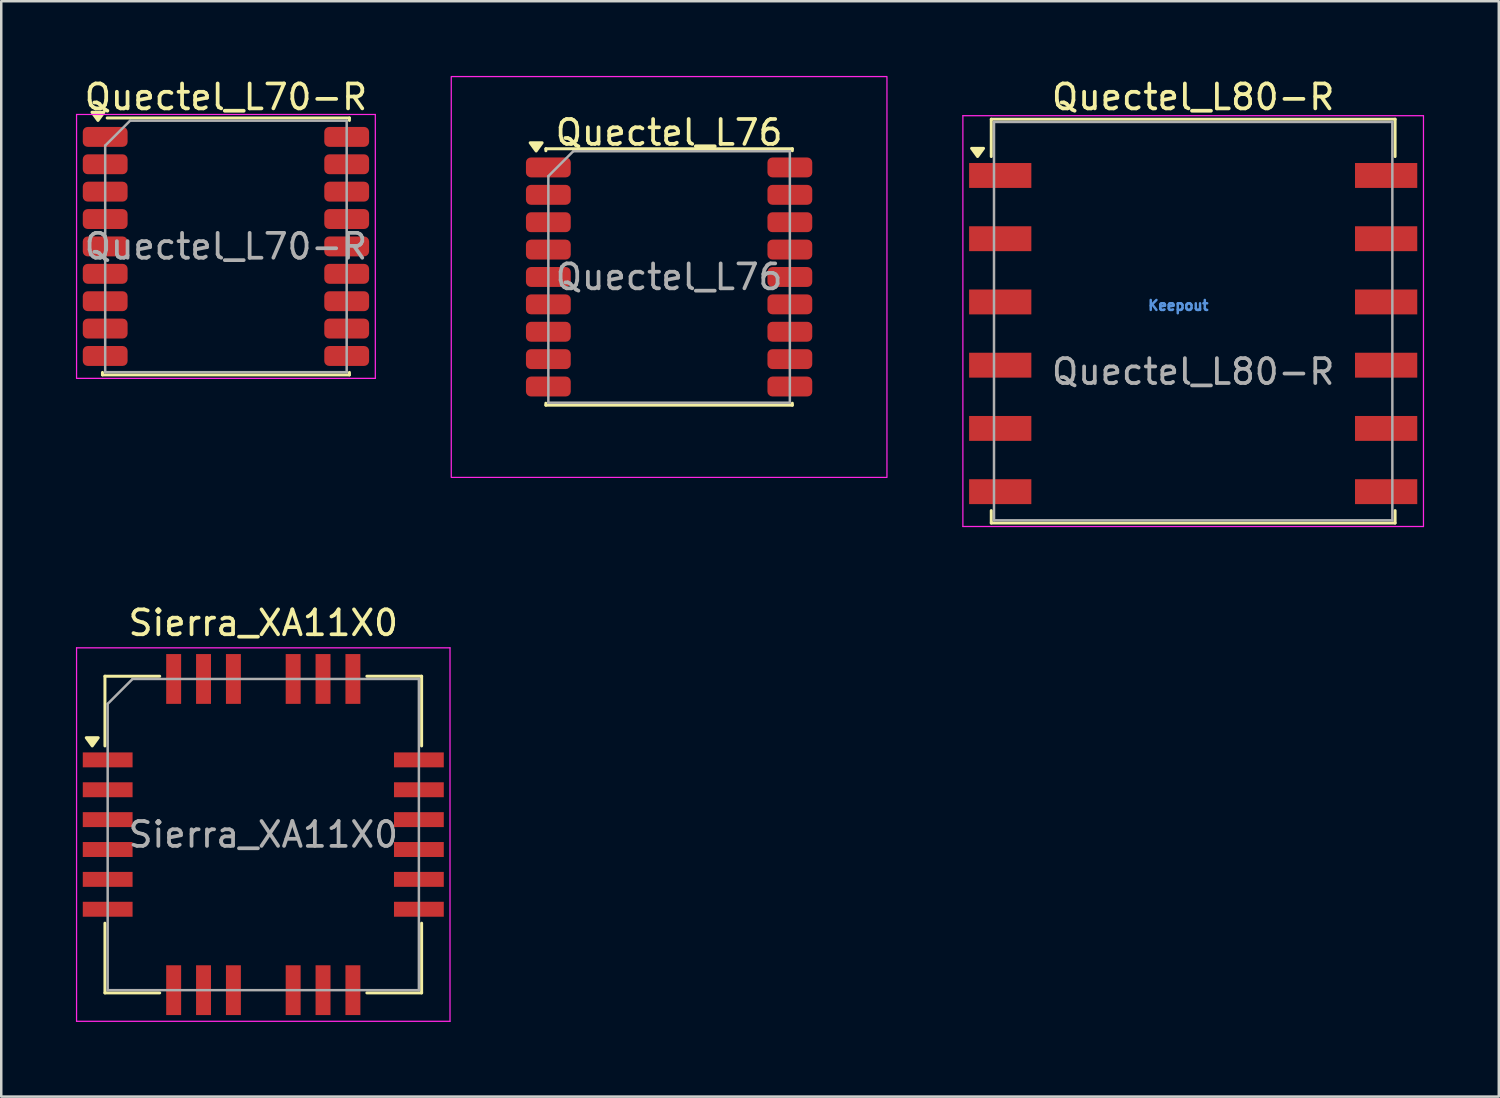
<source format=kicad_pcb>
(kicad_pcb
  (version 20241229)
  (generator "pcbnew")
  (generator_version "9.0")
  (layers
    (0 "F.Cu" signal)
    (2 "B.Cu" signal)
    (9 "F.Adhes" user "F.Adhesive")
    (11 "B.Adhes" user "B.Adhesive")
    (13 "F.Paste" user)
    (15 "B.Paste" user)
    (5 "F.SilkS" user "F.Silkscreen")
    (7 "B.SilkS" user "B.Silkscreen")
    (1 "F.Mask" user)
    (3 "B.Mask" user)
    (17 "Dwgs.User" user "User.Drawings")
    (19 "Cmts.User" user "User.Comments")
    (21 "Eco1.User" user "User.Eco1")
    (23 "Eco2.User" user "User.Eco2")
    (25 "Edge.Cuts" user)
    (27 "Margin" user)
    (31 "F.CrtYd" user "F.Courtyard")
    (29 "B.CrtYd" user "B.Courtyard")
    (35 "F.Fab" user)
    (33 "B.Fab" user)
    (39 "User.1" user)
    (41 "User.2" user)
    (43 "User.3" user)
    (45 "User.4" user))
  (footprint "Quectel_L80-R"
    (layer "F.Cu")
    (at 44.875 9.848)
    (property "Reference" "Quectel_L80-R" (at 0 -9 180) (layer "F.SilkS") (effects (font (size 1 1) (thickness 0.15))))
    (attr smd)
    (fp_line (start -8.11 -8.11) (end -8.11 -6.61) (stroke (width 0.12) (type solid)) (layer "F.SilkS"))
    (fp_line (start -8.11 8.11) (end -8.11 7.61) (stroke (width 0.12) (type default)) (layer "F.SilkS"))
    (fp_line (start 8.11 -8.11) (end -8.11 -8.11) (stroke (width 0.12) (type solid)) (layer "F.SilkS"))
    (fp_line (start 8.11 -8.11) (end 8.11 -6.61) (stroke (width 0.12) (type solid)) (layer "F.SilkS"))
    (fp_line (start 8.11 8.11) (end -8.11 8.11) (stroke (width 0.12) (type solid)) (layer "F.SilkS"))
    (fp_line (start 8.11 8.11) (end 8.11 7.61) (stroke (width 0.12) (type default)) (layer "F.SilkS"))
    (fp_poly (pts (xy -8.66 -6.61) (xy -8.9 -6.94) (xy -8.42 -6.94) (xy -8.66 -6.61)) (stroke (width 0.12) (type solid)) (fill yes) (layer "F.SilkS"))
    (fp_line (start -9.25 -8.25) (end -9.25 8.25) (stroke (width 0.05) (type solid)) (layer "F.CrtYd"))
    (fp_line (start -9.25 -8.25) (end 9.25 -8.25) (stroke (width 0.05) (type solid)) (layer "F.CrtYd"))
    (fp_line (start -9.25 8.25) (end 9.25 8.25) (stroke (width 0.05) (type solid)) (layer "F.CrtYd"))
    (fp_line (start 9.25 8.25) (end 9.25 -8.25) (stroke (width 0.05) (type solid)) (layer "F.CrtYd"))
    (fp_line (start -8 8) (end -8 -8) (stroke (width 0.1) (type solid)) (layer "F.Fab"))
    (fp_line (start 8 -8) (end -8 -8) (stroke (width 0.1) (type solid)) (layer "F.Fab"))
    (fp_line (start 8 8) (end -8 8) (stroke (width 0.1) (type solid)) (layer "F.Fab"))
    (fp_line (start 8 8) (end 8 -8) (stroke (width 0.1) (type solid)) (layer "F.Fab"))
    (fp_text user "Keepout" (at -0.6 -0.63 0) (layer "Cmts.User") (effects (font (size 0.4 0.4) (thickness 0.1))))
    (fp_text user "${REFERENCE}" (at 0 2.032 0) (layer "F.Fab") (effects (font (size 1 1) (thickness 0.15))))
    (pad "1" smd rect (at -7.75 -5.85 180) (size 2.5 1) (layers "F.Cu" "F.Mask" "F.Paste"))
    (pad "2" smd rect (at -7.75 -3.31 180) (size 2.5 1) (layers "F.Cu" "F.Mask" "F.Paste"))
    (pad "3" smd rect (at -7.75 -0.77 180) (size 2.5 1) (layers "F.Cu" "F.Mask" "F.Paste"))
    (pad "4" smd rect (at -7.75 1.77 180) (size 2.5 1) (layers "F.Cu" "F.Mask" "F.Paste"))
    (pad "5" smd rect (at -7.75 4.31 180) (size 2.5 1) (layers "F.Cu" "F.Mask" "F.Paste"))
    (pad "6" smd rect (at -7.75 6.85 180) (size 2.5 1) (layers "F.Cu" "F.Mask" "F.Paste"))
    (pad "7" smd rect (at 7.75 6.85 180) (size 2.5 1) (layers "F.Cu" "F.Mask" "F.Paste"))
    (pad "8" smd rect (at 7.75 4.31 180) (size 2.5 1) (layers "F.Cu" "F.Mask" "F.Paste"))
    (pad "9" smd rect (at 7.75 1.77 180) (size 2.5 1) (layers "F.Cu" "F.Mask" "F.Paste"))
    (pad "10" smd rect (at 7.75 -0.77 180) (size 2.5 1) (layers "F.Cu" "F.Mask" "F.Paste"))
    (pad "11" smd rect (at 7.75 -3.31 180) (size 2.5 1) (layers "F.Cu" "F.Mask" "F.Paste"))
    (pad "12" smd rect (at 7.75 -5.85 180) (size 2.5 1) (layers "F.Cu" "F.Mask" "F.Paste"))
    (zone (net_name "") (layer "F.Cu") (hatch full 0.508) (connect_pads) (min_thickness 0.254) (filled_areas_thickness no) (keepout (tracks not_allowed) (vias not_allowed) (pads not_allowed) (copperpour not_allowed) (footprints not_allowed)) (placement (enabled no)) (fill) (polygon (pts (xy 45.53 9.218) (xy 45.511 9) (xy 45.454 8.789) (xy 45.362 8.591) (xy 45.236 8.412) (xy 45.082 8.257) (xy 44.902 8.132) (xy 44.704 8.039) (xy 44.493 7.983) (xy 44.275 7.963) (xy 44.057 7.983) (xy 43.846 8.039) (xy 43.648 8.132) (xy 43.468 8.257) (xy 43.314 8.412) (xy 43.188 8.591) (xy 43.096 8.789) (xy 43.039 9) (xy 43.02 9.218) (xy 43.039 9.436) (xy 43.096 9.647) (xy 43.188 9.846) (xy 43.314 10.025) (xy 43.468 10.179) (xy 43.648 10.305) (xy 43.846 10.397) (xy 44.057 10.454) (xy 44.275 10.473) (xy 44.493 10.454) (xy 44.704 10.397) (xy 44.902 10.305) (xy 45.082 10.179) (xy 45.236 10.025) (xy 45.362 9.846) (xy 45.454 9.647) (xy 45.511 9.436)))))
  (footprint "Quectel_L70-R"
    (layer "F.Cu")
    (at 6.025 6.848)
    (property "Reference" "Quectel_L70-R" (at 0 -6 0) (layer "F.SilkS") (effects (font (size 1 1) (thickness 0.15))))
    (attr smd)
    (fp_line (start -4.96 5.06) (end -4.96 5.16) (stroke (width 0.12) (type solid)) (layer "F.SilkS"))
    (fp_line (start -4.96 5.16) (end 4.96 5.16) (stroke (width 0.12) (type solid)) (layer "F.SilkS"))
    (fp_line (start -4.77 -5.16) (end 4.96 -5.16) (stroke (width 0.12) (type solid)) (layer "F.SilkS"))
    (fp_line (start 4.96 -5.16) (end 4.96 -5.06) (stroke (width 0.12) (type solid)) (layer "F.SilkS"))
    (fp_line (start 4.96 5.06) (end 4.96 5.16) (stroke (width 0.12) (type solid)) (layer "F.SilkS"))
    (fp_poly (pts (xy -5.14 -5.06) (xy -5.38 -5.39) (xy -4.9 -5.39) (xy -5.14 -5.06)) (stroke (width 0.12) (type solid)) (fill yes) (layer "F.SilkS"))
    (fp_line (start -6 -5.3) (end -6 5.3) (stroke (width 0.05) (type solid)) (layer "F.CrtYd"))
    (fp_line (start -6 -5.3) (end 6 -5.3) (stroke (width 0.05) (type solid)) (layer "F.CrtYd"))
    (fp_line (start -6 5.3) (end 6 5.3) (stroke (width 0.05) (type solid)) (layer "F.CrtYd"))
    (fp_line (start 6 -5.3) (end 6 5.3) (stroke (width 0.05) (type solid)) (layer "F.CrtYd"))
    (fp_line (start -4.85 -4.05) (end -4.85 5.05) (stroke (width 0.1) (type solid)) (layer "F.Fab"))
    (fp_line (start -4.85 5.05) (end 4.85 5.05) (stroke (width 0.1) (type solid)) (layer "F.Fab"))
    (fp_line (start -3.85 -5.05) (end -4.85 -4.05) (stroke (width 0.1) (type solid)) (layer "F.Fab"))
    (fp_line (start -3.85 -5.05) (end 4.85 -5.05) (stroke (width 0.1) (type solid)) (layer "F.Fab"))
    (fp_line (start 4.85 -5.05) (end 4.85 5.05) (stroke (width 0.1) (type solid)) (layer "F.Fab"))
    (fp_text user "${REFERENCE}" (at 0 0 0) (layer "F.Fab") (effects (font (size 1 1) (thickness 0.15))))
    (pad "1" smd roundrect (at -4.85 -4.4) (size 1.8 0.8) (layers "F.Cu" "F.Mask" "F.Paste") (roundrect_rratio 0.25))
    (pad "2" smd roundrect (at -4.85 -3.3) (size 1.8 0.8) (layers "F.Cu" "F.Mask" "F.Paste") (roundrect_rratio 0.25))
    (pad "3" smd roundrect (at -4.85 -2.2) (size 1.8 0.8) (layers "F.Cu" "F.Mask" "F.Paste") (roundrect_rratio 0.25))
    (pad "4" smd roundrect (at -4.85 -1.1) (size 1.8 0.8) (layers "F.Cu" "F.Mask" "F.Paste") (roundrect_rratio 0.25))
    (pad "5" smd roundrect (at -4.85 0) (size 1.8 0.8) (layers "F.Cu" "F.Mask" "F.Paste") (roundrect_rratio 0.25))
    (pad "6" smd roundrect (at -4.85 1.1) (size 1.8 0.8) (layers "F.Cu" "F.Mask" "F.Paste") (roundrect_rratio 0.25))
    (pad "7" smd roundrect (at -4.85 2.2) (size 1.8 0.8) (layers "F.Cu" "F.Mask" "F.Paste") (roundrect_rratio 0.25))
    (pad "8" smd roundrect (at -4.85 3.3) (size 1.8 0.8) (layers "F.Cu" "F.Mask" "F.Paste") (roundrect_rratio 0.25))
    (pad "9" smd roundrect (at -4.85 4.4) (size 1.8 0.8) (layers "F.Cu" "F.Mask" "F.Paste") (roundrect_rratio 0.25))
    (pad "10" smd roundrect (at 4.85 4.4) (size 1.8 0.8) (layers "F.Cu" "F.Mask" "F.Paste") (roundrect_rratio 0.25))
    (pad "11" smd roundrect (at 4.85 3.3) (size 1.8 0.8) (layers "F.Cu" "F.Mask" "F.Paste") (roundrect_rratio 0.25))
    (pad "12" smd roundrect (at 4.85 2.2) (size 1.8 0.8) (layers "F.Cu" "F.Mask" "F.Paste") (roundrect_rratio 0.25))
    (pad "13" smd roundrect (at 4.85 1.1) (size 1.8 0.8) (layers "F.Cu" "F.Mask" "F.Paste") (roundrect_rratio 0.25))
    (pad "14" smd roundrect (at 4.85 0) (size 1.8 0.8) (layers "F.Cu" "F.Mask" "F.Paste") (roundrect_rratio 0.25))
    (pad "15" smd roundrect (at 4.85 -1.1) (size 1.8 0.8) (layers "F.Cu" "F.Mask" "F.Paste") (roundrect_rratio 0.25))
    (pad "16" smd roundrect (at 4.85 -2.2) (size 1.8 0.8) (layers "F.Cu" "F.Mask" "F.Paste") (roundrect_rratio 0.25))
    (pad "17" smd roundrect (at 4.85 -3.3) (size 1.8 0.8) (layers "F.Cu" "F.Mask" "F.Paste") (roundrect_rratio 0.25))
    (pad "18" smd roundrect (at 4.85 -4.4) (size 1.8 0.8) (layers "F.Cu" "F.Mask" "F.Paste") (roundrect_rratio 0.25)))
  (footprint "Quectel_L76"
    (layer "F.Cu")
    (at 23.825 8.075)
    (property "Reference" "Quectel_L76" (at 0 -5.8 0) (layer "F.SilkS") (effects (font (size 1 1) (thickness 0.15))))
    (attr smd)
    (fp_line (start -4.95 -5.07) (end -4.95 -5.15) (stroke (width 0.12) (type solid)) (layer "F.SilkS"))
    (fp_line (start -4.95 5.07) (end -4.95 5.15) (stroke (width 0.12) (type solid)) (layer "F.SilkS"))
    (fp_line (start -4.95 5.15) (end 4.95 5.15) (stroke (width 0.12) (type solid)) (layer "F.SilkS"))
    (fp_line (start 4.95 -5.15) (end -4.95 -5.15) (stroke (width 0.12) (type solid)) (layer "F.SilkS"))
    (fp_line (start 4.95 -5.07) (end 4.95 -5.15) (stroke (width 0.12) (type solid)) (layer "F.SilkS"))
    (fp_line (start 4.95 5.07) (end 4.95 5.15) (stroke (width 0.12) (type solid)) (layer "F.SilkS"))
    (fp_poly (pts (xy -5.34 -5.06) (xy -5.58 -5.39) (xy -5.1 -5.39) (xy -5.34 -5.06)) (stroke (width 0.12) (type solid)) (fill yes) (layer "F.SilkS"))
    (fp_rect (start -8.75 -8.05) (end 8.75 8.05) (stroke (width 0.05) (type solid)) (fill no) (layer "F.CrtYd"))
    (fp_line (start -4.85 -4.05) (end -4.85 5.05) (stroke (width 0.1) (type solid)) (layer "F.Fab"))
    (fp_line (start -4.85 5.05) (end 4.85 5.05) (stroke (width 0.1) (type solid)) (layer "F.Fab"))
    (fp_line (start -3.85 -5.05) (end -4.85 -4.05) (stroke (width 0.1) (type solid)) (layer "F.Fab"))
    (fp_line (start 4.85 -5.05) (end -3.85 -5.05) (stroke (width 0.1) (type solid)) (layer "F.Fab"))
    (fp_line (start 4.85 5.05) (end 4.85 -5.05) (stroke (width 0.1) (type solid)) (layer "F.Fab"))
    (fp_text user "${REFERENCE}" (at 0 0 0) (layer "F.Fab") (effects (font (size 1 1) (thickness 0.15))))
    (pad "1" smd roundrect (at -4.85 -4.4) (size 1.8 0.8) (layers "F.Cu" "F.Mask" "F.Paste") (roundrect_rratio 0.25))
    (pad "2" smd roundrect (at -4.85 -3.3) (size 1.8 0.8) (layers "F.Cu" "F.Mask" "F.Paste") (roundrect_rratio 0.25))
    (pad "3" smd roundrect (at -4.85 -2.2) (size 1.8 0.8) (layers "F.Cu" "F.Mask" "F.Paste") (roundrect_rratio 0.25))
    (pad "4" smd roundrect (at -4.85 -1.1) (size 1.8 0.8) (layers "F.Cu" "F.Mask" "F.Paste") (roundrect_rratio 0.25))
    (pad "5" smd roundrect (at -4.85 0) (size 1.8 0.8) (layers "F.Cu" "F.Mask" "F.Paste") (roundrect_rratio 0.25))
    (pad "6" smd roundrect (at -4.85 1.1) (size 1.8 0.8) (layers "F.Cu" "F.Mask" "F.Paste") (roundrect_rratio 0.25))
    (pad "7" smd roundrect (at -4.85 2.2) (size 1.8 0.8) (layers "F.Cu" "F.Mask" "F.Paste") (roundrect_rratio 0.25))
    (pad "8" smd roundrect (at -4.85 3.3) (size 1.8 0.8) (layers "F.Cu" "F.Mask" "F.Paste") (roundrect_rratio 0.25))
    (pad "9" smd roundrect (at -4.85 4.4) (size 1.8 0.8) (layers "F.Cu" "F.Mask" "F.Paste") (roundrect_rratio 0.25))
    (pad "10" smd roundrect (at 4.85 4.4) (size 1.8 0.8) (layers "F.Cu" "F.Mask" "F.Paste") (roundrect_rratio 0.25))
    (pad "11" smd roundrect (at 4.85 3.3) (size 1.8 0.8) (layers "F.Cu" "F.Mask" "F.Paste") (roundrect_rratio 0.25))
    (pad "12" smd roundrect (at 4.85 2.2) (size 1.8 0.8) (layers "F.Cu" "F.Mask" "F.Paste") (roundrect_rratio 0.25))
    (pad "13" smd roundrect (at 4.85 1.1) (size 1.8 0.8) (layers "F.Cu" "F.Mask" "F.Paste") (roundrect_rratio 0.25))
    (pad "14" smd roundrect (at 4.85 0) (size 1.8 0.8) (layers "F.Cu" "F.Mask" "F.Paste") (roundrect_rratio 0.25))
    (pad "15" smd roundrect (at 4.85 -1.1) (size 1.8 0.8) (layers "F.Cu" "F.Mask" "F.Paste") (roundrect_rratio 0.25))
    (pad "16" smd roundrect (at 4.85 -2.2) (size 1.8 0.8) (layers "F.Cu" "F.Mask" "F.Paste") (roundrect_rratio 0.25))
    (pad "17" smd roundrect (at 4.85 -3.3) (size 1.8 0.8) (layers "F.Cu" "F.Mask" "F.Paste") (roundrect_rratio 0.25))
    (pad "18" smd roundrect (at 4.85 -4.4) (size 1.8 0.8) (layers "F.Cu" "F.Mask" "F.Paste") (roundrect_rratio 0.25)))
  (footprint "Sierra_XA11X0"
    (layer "F.Cu")
    (at 7.525 30.471)
    (property "Reference" "Sierra_XA11X0" (at 0 -8.5 0) (layer "F.SilkS") (effects (font (size 1 1) (thickness 0.15))))
    (attr smd)
    (fp_line (start -6.36 -6.36) (end -4.16 -6.36) (stroke (width 0.12) (type solid)) (layer "F.SilkS"))
    (fp_line (start -6.36 -3.56) (end -6.36 -6.36) (stroke (width 0.12) (type solid)) (layer "F.SilkS"))
    (fp_line (start -6.36 6.36) (end -6.36 3.56) (stroke (width 0.12) (type solid)) (layer "F.SilkS"))
    (fp_line (start -4.16 6.36) (end -6.36 6.36) (stroke (width 0.12) (type solid)) (layer "F.SilkS"))
    (fp_line (start 4.16 -6.36) (end 6.36 -6.36) (stroke (width 0.12) (type solid)) (layer "F.SilkS"))
    (fp_line (start 4.16 6.36) (end 6.36 6.36) (stroke (width 0.12) (type solid)) (layer "F.SilkS"))
    (fp_line (start 6.36 -6.36) (end 6.36 -3.56) (stroke (width 0.12) (type solid)) (layer "F.SilkS"))
    (fp_line (start 6.36 6.36) (end 6.36 3.56) (stroke (width 0.12) (type solid)) (layer "F.SilkS"))
    (fp_poly (pts (xy -6.87 -3.56) (xy -7.11 -3.89) (xy -6.63 -3.89) (xy -6.87 -3.56)) (stroke (width 0.12) (type solid)) (fill yes) (layer "F.SilkS"))
    (fp_line (start -7.5 -7.5) (end -7.5 7.5) (stroke (width 0.05) (type solid)) (layer "F.CrtYd"))
    (fp_line (start -7.5 7.5) (end 7.5 7.5) (stroke (width 0.05) (type solid)) (layer "F.CrtYd"))
    (fp_line (start 7.5 -7.5) (end -7.5 -7.5) (stroke (width 0.05) (type solid)) (layer "F.CrtYd"))
    (fp_line (start 7.5 7.5) (end 7.5 -7.5) (stroke (width 0.05) (type solid)) (layer "F.CrtYd"))
    (fp_line (start -6.25 -5.25) (end -5.25 -6.25) (stroke (width 0.1) (type solid)) (layer "F.Fab"))
    (fp_line (start -6.25 6.25) (end -6.25 -5.25) (stroke (width 0.1) (type solid)) (layer "F.Fab"))
    (fp_line (start -5.25 -6.25) (end 6.25 -6.25) (stroke (width 0.1) (type solid)) (layer "F.Fab"))
    (fp_line (start 6.25 -6.25) (end 6.25 6.25) (stroke (width 0.1) (type solid)) (layer "F.Fab"))
    (fp_line (start 6.25 6.25) (end -6.25 6.25) (stroke (width 0.1) (type solid)) (layer "F.Fab"))
    (fp_text user "${REFERENCE}" (at 0 0 0) (layer "F.Fab") (effects (font (size 1 1) (thickness 0.15))))
    (pad "1" smd rect (at -6.25 -3) (size 2 0.6) (layers "F.Cu" "F.Mask" "F.Paste"))
    (pad "2" smd rect (at -6.25 -1.8) (size 2 0.6) (layers "F.Cu" "F.Mask" "F.Paste"))
    (pad "3" smd rect (at -6.25 -0.6) (size 2 0.6) (layers "F.Cu" "F.Mask" "F.Paste"))
    (pad "4" smd rect (at -6.25 0.6) (size 2 0.6) (layers "F.Cu" "F.Mask" "F.Paste"))
    (pad "5" smd rect (at -6.25 1.8) (size 2 0.6) (layers "F.Cu" "F.Mask" "F.Paste"))
    (pad "6" smd rect (at -6.25 3) (size 2 0.6) (layers "F.Cu" "F.Mask" "F.Paste"))
    (pad "7" smd rect (at -3.6 6.25) (size 0.6 2) (layers "F.Cu" "F.Mask" "F.Paste"))
    (pad "8" smd rect (at -2.4 6.25) (size 0.6 2) (layers "F.Cu" "F.Mask" "F.Paste"))
    (pad "9" smd rect (at -1.2 6.25) (size 0.6 2) (layers "F.Cu" "F.Mask" "F.Paste"))
    (pad "10" smd rect (at 1.2 6.25) (size 0.6 2) (layers "F.Cu" "F.Mask" "F.Paste"))
    (pad "11" smd rect (at 2.4 6.25) (size 0.6 2) (layers "F.Cu" "F.Mask" "F.Paste"))
    (pad "12" smd rect (at 3.6 6.25) (size 0.6 2) (layers "F.Cu" "F.Mask" "F.Paste"))
    (pad "13" smd rect (at 6.25 3) (size 2 0.6) (layers "F.Cu" "F.Mask" "F.Paste"))
    (pad "14" smd rect (at 6.25 1.8) (size 2 0.6) (layers "F.Cu" "F.Mask" "F.Paste"))
    (pad "15" smd rect (at 6.25 0.6) (size 2 0.6) (layers "F.Cu" "F.Mask" "F.Paste"))
    (pad "16" smd rect (at 6.25 -0.6) (size 2 0.6) (layers "F.Cu" "F.Mask" "F.Paste"))
    (pad "17" smd rect (at 6.25 -1.8) (size 2 0.6) (layers "F.Cu" "F.Mask" "F.Paste"))
    (pad "18" smd rect (at 6.25 -3) (size 2 0.6) (layers "F.Cu" "F.Mask" "F.Paste"))
    (pad "19" smd rect (at 3.6 -6.25) (size 0.6 2) (layers "F.Cu" "F.Mask" "F.Paste"))
    (pad "20" smd rect (at 2.4 -6.25) (size 0.6 2) (layers "F.Cu" "F.Mask" "F.Paste"))
    (pad "21" smd rect (at 1.2 -6.25) (size 0.6 2) (layers "F.Cu" "F.Mask" "F.Paste"))
    (pad "22" smd rect (at -1.2 -6.25) (size 0.6 2) (layers "F.Cu" "F.Mask" "F.Paste"))
    (pad "23" smd rect (at -2.4 -6.25) (size 0.6 2) (layers "F.Cu" "F.Mask" "F.Paste"))
    (pad "24" smd rect (at -3.6 -6.25) (size 0.6 2) (layers "F.Cu" "F.Mask" "F.Paste")))
  (gr_rect
    (start -3 -3)
    (end 57.15 40.996)
    (stroke (width 0.1) (type default))
    (fill no)
    (layer "Edge.Cuts")))
</source>
